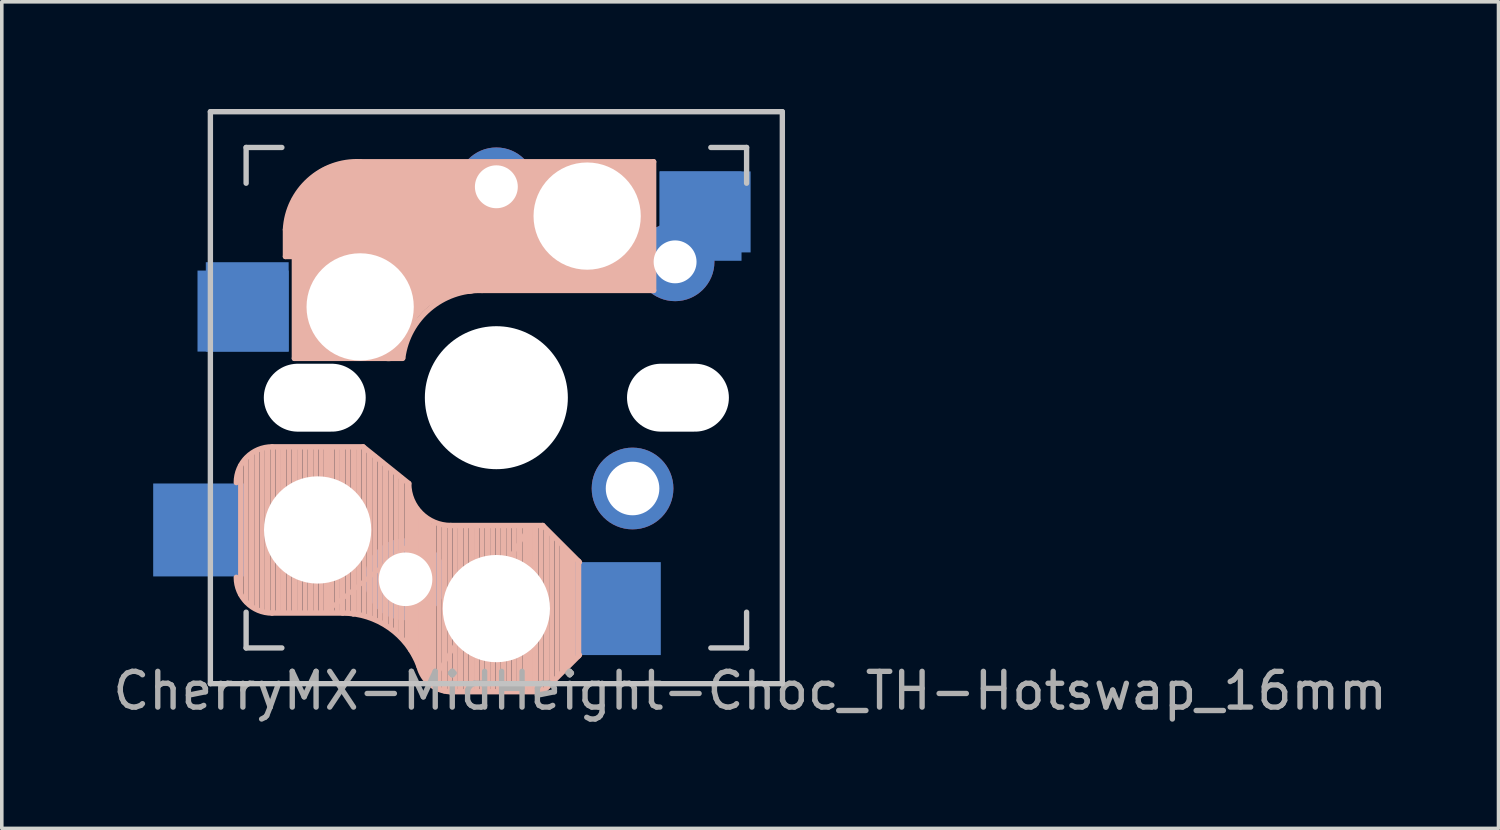
<source format=kicad_pcb>
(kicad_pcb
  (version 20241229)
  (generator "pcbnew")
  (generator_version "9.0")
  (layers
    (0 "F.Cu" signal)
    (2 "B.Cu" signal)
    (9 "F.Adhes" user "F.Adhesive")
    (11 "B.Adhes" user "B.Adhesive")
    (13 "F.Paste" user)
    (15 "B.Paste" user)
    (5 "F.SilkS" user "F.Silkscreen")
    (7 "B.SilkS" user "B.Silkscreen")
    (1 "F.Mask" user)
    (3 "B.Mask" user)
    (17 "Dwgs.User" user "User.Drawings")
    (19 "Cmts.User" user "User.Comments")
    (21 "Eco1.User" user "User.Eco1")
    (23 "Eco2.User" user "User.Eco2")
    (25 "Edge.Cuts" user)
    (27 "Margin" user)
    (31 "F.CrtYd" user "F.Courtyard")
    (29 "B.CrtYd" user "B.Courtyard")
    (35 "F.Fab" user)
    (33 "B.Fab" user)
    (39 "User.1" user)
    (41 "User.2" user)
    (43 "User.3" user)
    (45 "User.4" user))
  (footprint "CherryMX-MidHeight-Choc_TH-Hotswap_16mm"
    (layer "F.Cu")
    (at 10.835 8.075)
    (property "Reference" "CherryMX-MidHeight-Choc_TH-Hotswap_16mm" (at 7.1 8.2 0) (layer "F.Fab") (effects (font (size 1 1) (thickness 0.15))))
    (attr through_hole)
    (fp_line (start -7.15 5.5) (end -7.15 1.9) (stroke (width 0.15) (type solid)) (layer "B.SilkS"))
    (fp_line (start -7 5.7) (end -7 1.7) (stroke (width 0.15) (type solid)) (layer "B.SilkS"))
    (fp_line (start -6.85 5.8) (end -6.85 1.6) (stroke (width 0.15) (type solid)) (layer "B.SilkS"))
    (fp_line (start -6.7 5.9) (end -6.7 1.5) (stroke (width 0.15) (type solid)) (layer "B.SilkS"))
    (fp_line (start -6.55 5.95) (end -6.55 1.45) (stroke (width 0.15) (type solid)) (layer "B.SilkS"))
    (fp_line (start -6.4 6) (end -6.4 1.45) (stroke (width 0.15) (type solid)) (layer "B.SilkS"))
    (fp_line (start -6.25 6) (end -6.25 1.4) (stroke (width 0.15) (type solid)) (layer "B.SilkS"))
    (fp_line (start -6.1 6) (end -6.1 1.4) (stroke (width 0.15) (type solid)) (layer "B.SilkS"))
    (fp_line (start -5.95 6) (end -5.95 1.4) (stroke (width 0.15) (type solid)) (layer "B.SilkS"))
    (fp_line (start -5.9 -4.7) (end -5.9 -3.95) (stroke (width 0.15) (type solid)) (layer "B.SilkS"))
    (fp_line (start -5.9 -3.95) (end -5.7 -3.95) (stroke (width 0.15) (type solid)) (layer "B.SilkS"))
    (fp_line (start -5.8 -4.05) (end -5.8 -4.7) (stroke (width 0.3) (type solid)) (layer "B.SilkS"))
    (fp_line (start -5.8 6) (end -5.8 1.4) (stroke (width 0.15) (type solid)) (layer "B.SilkS"))
    (fp_line (start -5.65 -5.55) (end -5.65 -1.1) (stroke (width 0.15) (type solid)) (layer "B.SilkS"))
    (fp_line (start -5.65 -1.1) (end -2.62 -1.1) (stroke (width 0.15) (type solid)) (layer "B.SilkS"))
    (fp_line (start -5.65 6) (end -5.65 1.4) (stroke (width 0.15) (type solid)) (layer "B.SilkS"))
    (fp_line (start -5.5 6) (end -5.5 1.4) (stroke (width 0.15) (type solid)) (layer "B.SilkS"))
    (fp_line (start -5.45 -1.3) (end -3 -1.3) (stroke (width 0.5) (type solid)) (layer "B.SilkS"))
    (fp_line (start -5.35 6) (end -5.35 1.4) (stroke (width 0.15) (type solid)) (layer "B.SilkS"))
    (fp_line (start -5.3 -1.6) (end -5.3 -3.4) (stroke (width 0.8) (type solid)) (layer "B.SilkS"))
    (fp_line (start -5.2 6) (end -5.2 1.4) (stroke (width 0.15) (type solid)) (layer "B.SilkS"))
    (fp_line (start -5.05 6) (end -5.05 1.4) (stroke (width 0.15) (type solid)) (layer "B.SilkS"))
    (fp_line (start -4.9 6) (end -4.9 1.4) (stroke (width 0.15) (type solid)) (layer "B.SilkS"))
    (fp_line (start -4.75 6) (end -4.75 1.4) (stroke (width 0.15) (type solid)) (layer "B.SilkS"))
    (fp_line (start -4.65 5.9) (end -4.65 1.4) (stroke (width 0.12) (type solid)) (layer "B.SilkS"))
    (fp_line (start -4.6 6) (end -4.6 1.4) (stroke (width 0.15) (type solid)) (layer "B.SilkS"))
    (fp_line (start -4.45 6) (end -4.45 1.4) (stroke (width 0.15) (type solid)) (layer "B.SilkS"))
    (fp_line (start -4.3 6) (end -4.3 1.4) (stroke (width 0.15) (type solid)) (layer "B.SilkS"))
    (fp_line (start -4.3 6.025) (end -6.275 6.025) (stroke (width 0.15) (type solid)) (layer "B.SilkS"))
    (fp_line (start -4.17 -5.1) (end -4.17 -2.86) (stroke (width 3) (type solid)) (layer "B.SilkS"))
    (fp_line (start -4.15 6) (end -4.15 1.45) (stroke (width 0.15) (type solid)) (layer "B.SilkS"))
    (fp_line (start -4 6.05) (end -4 1.4) (stroke (width 0.15) (type solid)) (layer "B.SilkS"))
    (fp_line (start -3.85 6.05) (end -3.85 1.4) (stroke (width 0.15) (type solid)) (layer "B.SilkS"))
    (fp_line (start -3.725 1.375) (end -6.275 1.375) (stroke (width 0.15) (type solid)) (layer "B.SilkS"))
    (fp_line (start -3.725 1.375) (end -2.45 2.4) (stroke (width 0.15) (type solid)) (layer "B.SilkS"))
    (fp_line (start -3.7 6.05) (end -3.7 1.45) (stroke (width 0.15) (type solid)) (layer "B.SilkS"))
    (fp_line (start -3.55 6.1) (end -3.55 1.55) (stroke (width 0.15) (type solid)) (layer "B.SilkS"))
    (fp_line (start -3.4 6.2) (end -3.4 1.65) (stroke (width 0.15) (type solid)) (layer "B.SilkS"))
    (fp_line (start -3.25 6.25) (end -3.25 1.8) (stroke (width 0.15) (type solid)) (layer "B.SilkS"))
    (fp_line (start -3.1 6.35) (end -3.1 1.9) (stroke (width 0.15) (type solid)) (layer "B.SilkS"))
    (fp_line (start -2.95 6.45) (end -2.95 2.05) (stroke (width 0.15) (type solid)) (layer "B.SilkS"))
    (fp_line (start -2.8 6.55) (end -2.8 2.15) (stroke (width 0.15) (type solid)) (layer "B.SilkS"))
    (fp_line (start -2.65 6.7) (end -2.65 2.25) (stroke (width 0.15) (type solid)) (layer "B.SilkS"))
    (fp_line (start -2.5 6.85) (end -2.5 2.4) (stroke (width 0.15) (type solid)) (layer "B.SilkS"))
    (fp_line (start -2.4 7.05) (end -2.4 2.9) (stroke (width 0.15) (type solid)) (layer "B.SilkS"))
    (fp_line (start -2.3 7.2) (end -2.3 3.05) (stroke (width 0.15) (type solid)) (layer "B.SilkS"))
    (fp_line (start -2.2 7.4) (end -2.2 3.25) (stroke (width 0.15) (type solid)) (layer "B.SilkS"))
    (fp_line (start -2.1 7.55) (end -2.1 3.35) (stroke (width 0.15) (type solid)) (layer "B.SilkS"))
    (fp_line (start -2 7.8) (end -2 3.4) (stroke (width 0.15) (type solid)) (layer "B.SilkS"))
    (fp_line (start -1.9 7.95) (end -1.9 3.45) (stroke (width 0.15) (type solid)) (layer "B.SilkS"))
    (fp_line (start -1.8 3.6) (end -4.65 5.9) (stroke (width 0.12) (type solid)) (layer "B.SilkS"))
    (fp_line (start -1.8 7.95) (end -1.8 3.6) (stroke (width 0.12) (type solid)) (layer "B.SilkS"))
    (fp_line (start -1.75 8.05) (end -1.75 3.5) (stroke (width 0.15) (type solid)) (layer "B.SilkS"))
    (fp_line (start -1.6 8.15) (end -1.6 3.6) (stroke (width 0.15) (type solid)) (layer "B.SilkS"))
    (fp_line (start -1.45 8.2) (end -1.45 3.6) (stroke (width 0.15) (type solid)) (layer "B.SilkS"))
    (fp_line (start -1.3 8.2) (end -1.3 3.6) (stroke (width 0.15) (type solid)) (layer "B.SilkS"))
    (fp_line (start -1.15 8.2) (end -1.15 3.65) (stroke (width 0.15) (type solid)) (layer "B.SilkS"))
    (fp_line (start -1 8.2) (end -1 3.6) (stroke (width 0.15) (type solid)) (layer "B.SilkS"))
    (fp_line (start -0.85 8.2) (end -0.85 3.6) (stroke (width 0.15) (type solid)) (layer "B.SilkS"))
    (fp_line (start -0.7 8.2) (end -0.7 3.6) (stroke (width 0.15) (type solid)) (layer "B.SilkS"))
    (fp_line (start -0.55 8.2) (end -0.55 3.6) (stroke (width 0.15) (type solid)) (layer "B.SilkS"))
    (fp_line (start -0.4 -3) (end 4.4 -3) (stroke (width 0.15) (type solid)) (layer "B.SilkS"))
    (fp_line (start -0.4 8.2) (end -0.4 3.6) (stroke (width 0.15) (type solid)) (layer "B.SilkS"))
    (fp_line (start -0.25 8.2) (end -0.25 3.6) (stroke (width 0.15) (type solid)) (layer "B.SilkS"))
    (fp_line (start -0.1 8.2) (end -0.1 3.6) (stroke (width 0.15) (type solid)) (layer "B.SilkS"))
    (fp_line (start 0.05 8.2) (end 0.05 3.6) (stroke (width 0.15) (type solid)) (layer "B.SilkS"))
    (fp_line (start 0.2 8.2) (end 0.2 3.6) (stroke (width 0.15) (type solid)) (layer "B.SilkS"))
    (fp_line (start 0.35 8.2) (end 0.35 3.6) (stroke (width 0.15) (type solid)) (layer "B.SilkS"))
    (fp_line (start 0.5 8.2) (end 0.5 3.6) (stroke (width 0.15) (type solid)) (layer "B.SilkS"))
    (fp_line (start 0.65 8.2) (end 0.65 3.6) (stroke (width 0.15) (type solid)) (layer "B.SilkS"))
    (fp_line (start 0.8 8.2) (end 0.8 3.6) (stroke (width 0.15) (type solid)) (layer "B.SilkS"))
    (fp_line (start 0.9 3.65) (end -1.8 7.95) (stroke (width 0.12) (type solid)) (layer "B.SilkS"))
    (fp_line (start 0.9 8.1) (end 0.9 3.65) (stroke (width 0.12) (type solid)) (layer "B.SilkS"))
    (fp_line (start 0.95 8.2) (end 0.95 3.6) (stroke (width 0.15) (type solid)) (layer "B.SilkS"))
    (fp_line (start 1.1 8.2) (end 1.1 3.6) (stroke (width 0.15) (type solid)) (layer "B.SilkS"))
    (fp_line (start 1.25 8.2) (end 1.25 3.6) (stroke (width 0.15) (type solid)) (layer "B.SilkS"))
    (fp_line (start 1.3 3.575) (end -1.275 3.575) (stroke (width 0.15) (type solid)) (layer "B.SilkS"))
    (fp_line (start 1.3 3.575) (end 2.325 4.6) (stroke (width 0.15) (type solid)) (layer "B.SilkS"))
    (fp_line (start 1.3 8.225) (end -1.3 8.225) (stroke (width 0.15) (type solid)) (layer "B.SilkS"))
    (fp_line (start 1.3 8.225) (end 2.325 7.2) (stroke (width 0.15) (type solid)) (layer "B.SilkS"))
    (fp_line (start 1.4 8.1) (end 1.4 3.7) (stroke (width 0.15) (type solid)) (layer "B.SilkS"))
    (fp_line (start 1.55 7.95) (end 1.55 3.85) (stroke (width 0.15) (type solid)) (layer "B.SilkS"))
    (fp_line (start 1.7 7.8) (end 1.7 4) (stroke (width 0.15) (type solid)) (layer "B.SilkS"))
    (fp_line (start 1.85 7.65) (end 1.85 4.15) (stroke (width 0.15) (type solid)) (layer "B.SilkS"))
    (fp_line (start 1.95 7.55) (end 1.95 4.25) (stroke (width 0.15) (type solid)) (layer "B.SilkS"))
    (fp_line (start 2.05 7.45) (end 2.05 4.35) (stroke (width 0.15) (type solid)) (layer "B.SilkS"))
    (fp_line (start 2.15 7.35) (end 2.15 4.45) (stroke (width 0.15) (type solid)) (layer "B.SilkS"))
    (fp_line (start 2.3 4.575) (end 2.3 7.225) (stroke (width 0.15) (type solid)) (layer "B.SilkS"))
    (fp_line (start 2.6 -4.8) (end -4.1 -4.8) (stroke (width 3.5) (type solid)) (layer "B.SilkS"))
    (fp_line (start 3.9 -6) (end 3.9 -3.5) (stroke (width 1) (type solid)) (layer "B.SilkS"))
    (fp_line (start 4.2 -3.25) (end 2.9 -3.3) (stroke (width 0.5) (type solid)) (layer "B.SilkS"))
    (fp_line (start 4.25 -6.4) (end 3 -6.4) (stroke (width 0.4) (type solid)) (layer "B.SilkS"))
    (fp_line (start 4.38 -4) (end 4.38 -6.25) (stroke (width 0.15) (type solid)) (layer "B.SilkS"))
    (fp_line (start 4.4 -6.6) (end -3.8 -6.6) (stroke (width 0.15) (type solid)) (layer "B.SilkS"))
    (fp_line (start 4.4 -3) (end 4.4 -6.6) (stroke (width 0.15) (type solid)) (layer "B.SilkS"))
    (fp_arc (start -7.275 2.375) (mid -6.982107 1.667893) (end -6.275 1.375) (stroke (width 0.15) (type solid)) (layer "B.SilkS"))
    (fp_arc (start -6.275 6.025) (mid -6.982107 5.732107) (end -7.275 5.025) (stroke (width 0.15) (type solid)) (layer "B.SilkS"))
    (fp_arc (start -5.9 -4.699999) (mid -5.243504 -6.084924) (end -3.800001 -6.6) (stroke (width 0.15) (type solid)) (layer "B.SilkS"))
    (fp_arc (start -4.3 6.025) (mid -2.995114 6.436429) (end -2.162199 7.521904) (stroke (width 0.15) (type solid)) (layer "B.SilkS"))
    (fp_arc (start -3.016318 -1.521471) (mid -2.268709 -2.886118) (end -0.8 -3.4) (stroke (width 1) (type solid)) (layer "B.SilkS"))
    (fp_arc (start -2.616318 -1.121471) (mid -1.868709 -2.486118) (end -0.4 -3) (stroke (width 0.15) (type solid)) (layer "B.SilkS"))
    (fp_arc (start -1.300995 8.223791) (mid -1.848284 8.016021) (end -2.162199 7.521904) (stroke (width 0.15) (type solid)) (layer "B.SilkS"))
    (fp_arc (start -1.275 3.575) (mid -2.10585 3.23085) (end -2.45 2.4) (stroke (width 0.15) (type solid)) (layer "B.SilkS"))
    (fp_line (start -8 -8) (end 8 -8) (stroke (width 0.15) (type solid)) (layer "Dwgs.User"))
    (fp_line (start -8 8) (end -8 -8) (stroke (width 0.15) (type solid)) (layer "Dwgs.User"))
    (fp_line (start -7 -7) (end -6 -7) (stroke (width 0.15) (type solid)) (layer "Dwgs.User"))
    (fp_line (start -7 -6) (end -7 -7) (stroke (width 0.15) (type solid)) (layer "Dwgs.User"))
    (fp_line (start -7 6) (end -7 7) (stroke (width 0.15) (type solid)) (layer "Dwgs.User"))
    (fp_line (start -7 7) (end -6 7) (stroke (width 0.15) (type solid)) (layer "Dwgs.User"))
    (fp_line (start 6 7) (end 7 7) (stroke (width 0.15) (type solid)) (layer "Dwgs.User"))
    (fp_line (start 7 -7) (end 6 -7) (stroke (width 0.15) (type solid)) (layer "Dwgs.User"))
    (fp_line (start 7 -7) (end 7 -6) (stroke (width 0.15) (type solid)) (layer "Dwgs.User"))
    (fp_line (start 7 7) (end 7 6) (stroke (width 0.15) (type solid)) (layer "Dwgs.User"))
    (fp_line (start 8 -8) (end 8 8) (stroke (width 0.15) (type solid)) (layer "Dwgs.User"))
    (fp_line (start 8 8) (end -8 8) (stroke (width 0.15) (type solid)) (layer "Dwgs.User"))
    (pad "" np_thru_hole circle (at -5.22 4.2) (size 1.2 1.2) (drill 1.2) (layers "*.Cu" "*.Mask"))
    (pad "" np_thru_hole oval (at -5.08 0) (size 2.85 1.9) (drill oval 2.85 1.9) (layers "*.Cu" "*.Mask"))
    (pad "" np_thru_hole circle (at -5 3.7 90) (size 3 3) (drill 3) (layers "*.Cu" "*.Mask"))
    (pad "" np_thru_hole circle (at -3.81 -2.54) (size 3 3) (drill 3) (layers "*.Cu" "*.Mask"))
    (pad "" np_thru_hole circle (at 0 0 90) (size 4 4) (drill 4) (layers "*.Cu" "*.Mask"))
    (pad "" np_thru_hole circle (at 0 5.9 90) (size 3 3) (drill 3) (layers "*.Cu" "*.Mask"))
    (pad "" np_thru_hole circle (at 2.54 -5.08) (size 3 3) (drill 3) (layers "*.Cu" "*.Mask"))
    (pad "" np_thru_hole oval (at 5.08 0 180) (size 2.85 1.9) (drill oval 2.85 1.9) (layers "*.Cu" "*.Mask"))
    (pad "1" smd rect (at -8.3 3.7 180) (size 2.6 2.6) (layers "B.Cu" "B.Mask" "B.Paste"))
    (pad "1" smd rect (at -7.085 -2.423 180) (size 2.55 2.266) (layers "B.Cu" "B.Mask" "B.Paste"))
    (pad "1" smd rect (at -6.969 -2.54 180) (size 2.318 2.5) (layers "B.Cu" "B.Mask" "B.Paste"))
    (pad "1" thru_hole circle (at -2.54 5.08 180) (size 2.286 2.286) (drill 1.499) (layers "*.Cu" "*.Mask"))
    (pad "1" thru_hole circle (at 0 -5.9) (size 2.2 2.2) (drill 1.2) (layers "*.Cu" "B.Mask"))
    (pad "2" smd rect (at 3.3 5.9 180) (size 2.6 2.6) (layers "B.Cu" "B.Mask" "B.Paste"))
    (pad "2" thru_hole circle (at 3.81 2.54 180) (size 2.286 2.286) (drill 1.499) (layers "*.Cu" "*.Mask"))
    (pad "2" thru_hole circle (at 5 -3.8) (size 2.2 2.2) (drill 1.2) (layers "*.Cu" "B.Mask"))
    (pad "2" smd rect (at 5.713 -5.08 180) (size 2.291 2.5) (layers "B.Cu" "B.Mask" "B.Paste"))
    (pad "2" smd rect (at 5.84 -5.197 180) (size 2.545 2.266) (layers "B.Cu" "B.Mask" "B.Paste")))
  (gr_rect
    (start -3 -3)
    (end 38.869 20.123)
    (stroke (width 0.1) (type default))
    (fill no)
    (layer "Edge.Cuts")))
</source>
